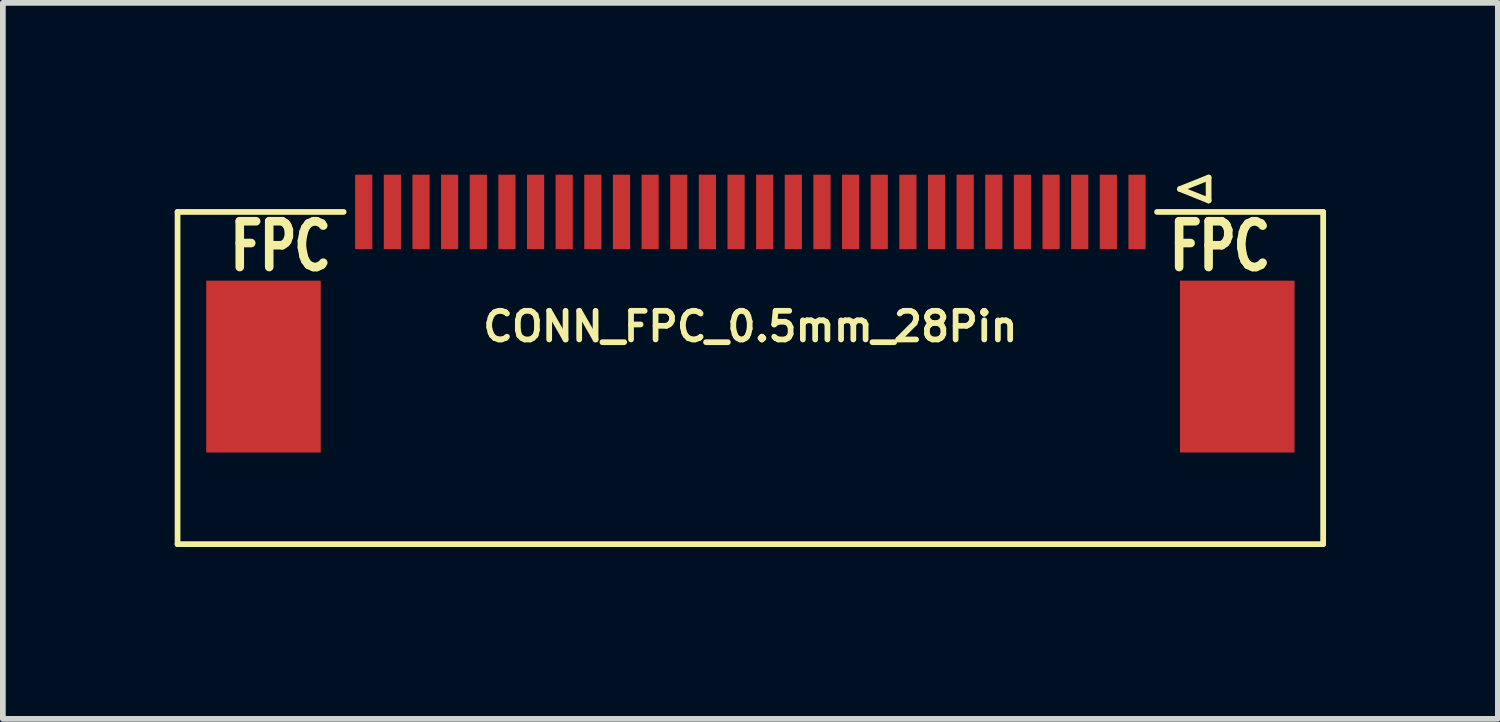
<source format=kicad_pcb>
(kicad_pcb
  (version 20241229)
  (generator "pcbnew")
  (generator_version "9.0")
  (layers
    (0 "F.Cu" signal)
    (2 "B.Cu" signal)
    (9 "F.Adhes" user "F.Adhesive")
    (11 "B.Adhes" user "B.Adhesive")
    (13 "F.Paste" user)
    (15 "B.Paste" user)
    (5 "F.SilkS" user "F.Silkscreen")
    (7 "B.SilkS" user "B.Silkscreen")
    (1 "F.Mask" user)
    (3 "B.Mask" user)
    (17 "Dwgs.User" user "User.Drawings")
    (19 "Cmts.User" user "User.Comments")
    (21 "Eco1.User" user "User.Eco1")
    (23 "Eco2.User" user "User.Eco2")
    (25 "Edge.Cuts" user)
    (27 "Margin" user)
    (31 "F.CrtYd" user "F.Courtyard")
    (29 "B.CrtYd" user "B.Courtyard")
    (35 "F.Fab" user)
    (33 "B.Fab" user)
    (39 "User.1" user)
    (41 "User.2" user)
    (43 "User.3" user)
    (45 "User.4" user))
  (footprint "CONN_FPC_0.5mm_28Pin"
    (layer "F.Cu")
    (at 10.05 0.65)
    (property "Reference" "CONN_FPC_0.5mm_28Pin" (at 0 2 0) (layer "F.SilkS") (effects (font (size 0.5 0.5) (thickness 0.1))))
    (attr through_hole)
    (fp_line (start -10 0) (end -10 5.8) (stroke (width 0.1) (type solid)) (layer "F.SilkS"))
    (fp_line (start -10 0) (end -7.1 0) (stroke (width 0.1) (type solid)) (layer "F.SilkS"))
    (fp_line (start -10 5.8) (end 10 5.8) (stroke (width 0.1) (type solid)) (layer "F.SilkS"))
    (fp_line (start 7.1 0) (end 10 0) (stroke (width 0.1) (type solid)) (layer "F.SilkS"))
    (fp_line (start 7.5 -0.4) (end 8 -0.6) (stroke (width 0.1) (type solid)) (layer "F.SilkS"))
    (fp_line (start 8 -0.6) (end 8 -0.2) (stroke (width 0.1) (type solid)) (layer "F.SilkS"))
    (fp_line (start 8 -0.2) (end 7.5 -0.4) (stroke (width 0.1) (type solid)) (layer "F.SilkS"))
    (fp_line (start 10 0) (end 10 5.8) (stroke (width 0.1) (type solid)) (layer "F.SilkS"))
    (fp_text user "FPC" (at -8.2 0.6 0) (layer "F.SilkS") (effects (font (size 0.8 0.6) (thickness 0.15))))
    (fp_text user "FPC" (at 8.2 0.6 0) (layer "F.SilkS") (effects (font (size 0.8 0.6) (thickness 0.15))))
    (pad "1" smd rect (at 6.75 0) (size 0.3 1.3) (layers "F.Cu" "F.Mask" "F.Paste"))
    (pad "2" smd rect (at 6.25 0) (size 0.3 1.3) (layers "F.Cu" "F.Mask" "F.Paste"))
    (pad "3" smd rect (at 5.75 0) (size 0.3 1.3) (layers "F.Cu" "F.Mask" "F.Paste"))
    (pad "4" smd rect (at 5.25 0) (size 0.3 1.3) (layers "F.Cu" "F.Mask" "F.Paste"))
    (pad "5" smd rect (at 4.75 0) (size 0.3 1.3) (layers "F.Cu" "F.Mask" "F.Paste"))
    (pad "6" smd rect (at 4.25 0) (size 0.3 1.3) (layers "F.Cu" "F.Mask" "F.Paste"))
    (pad "7" smd rect (at 3.75 0) (size 0.3 1.3) (layers "F.Cu" "F.Mask" "F.Paste"))
    (pad "8" smd rect (at 3.25 0) (size 0.3 1.3) (layers "F.Cu" "F.Mask" "F.Paste"))
    (pad "9" smd rect (at 2.75 0) (size 0.3 1.3) (layers "F.Cu" "F.Mask" "F.Paste"))
    (pad "10" smd rect (at 2.25 0) (size 0.3 1.3) (layers "F.Cu" "F.Mask" "F.Paste"))
    (pad "11" smd rect (at 1.75 0) (size 0.3 1.3) (layers "F.Cu" "F.Mask" "F.Paste"))
    (pad "12" smd rect (at 1.25 0) (size 0.3 1.3) (layers "F.Cu" "F.Mask" "F.Paste"))
    (pad "13" smd rect (at 0.75 0) (size 0.3 1.3) (layers "F.Cu" "F.Mask" "F.Paste"))
    (pad "14" smd rect (at 0.25 0) (size 0.3 1.3) (layers "F.Cu" "F.Mask" "F.Paste"))
    (pad "15" smd rect (at -0.25 0) (size 0.3 1.3) (layers "F.Cu" "F.Mask" "F.Paste"))
    (pad "16" smd rect (at -0.75 0) (size 0.3 1.3) (layers "F.Cu" "F.Mask" "F.Paste"))
    (pad "17" smd rect (at -1.25 0) (size 0.3 1.3) (layers "F.Cu" "F.Mask" "F.Paste"))
    (pad "18" smd rect (at -1.75 0) (size 0.3 1.3) (layers "F.Cu" "F.Mask" "F.Paste"))
    (pad "19" smd rect (at -2.25 0) (size 0.3 1.3) (layers "F.Cu" "F.Mask" "F.Paste"))
    (pad "20" smd rect (at -2.75 0) (size 0.3 1.3) (layers "F.Cu" "F.Mask" "F.Paste"))
    (pad "21" smd rect (at -3.25 0) (size 0.3 1.3) (layers "F.Cu" "F.Mask" "F.Paste"))
    (pad "22" smd rect (at -3.75 0) (size 0.3 1.3) (layers "F.Cu" "F.Mask" "F.Paste"))
    (pad "23" smd rect (at -4.25 0) (size 0.3 1.3) (layers "F.Cu" "F.Mask" "F.Paste"))
    (pad "24" smd rect (at -4.75 0) (size 0.3 1.3) (layers "F.Cu" "F.Mask" "F.Paste"))
    (pad "25" smd rect (at -5.25 0) (size 0.3 1.3) (layers "F.Cu" "F.Mask" "F.Paste"))
    (pad "26" smd rect (at -5.75 0) (size 0.3 1.3) (layers "F.Cu" "F.Mask" "F.Paste"))
    (pad "27" smd rect (at -6.25 0) (size 0.3 1.3) (layers "F.Cu" "F.Mask" "F.Paste"))
    (pad "28" smd rect (at -6.75 0) (size 0.3 1.3) (layers "F.Cu" "F.Mask" "F.Paste"))
    (pad "29" smd rect (at -8.5 2.7) (size 2 3) (layers "F.Cu" "F.Mask" "F.Paste"))
    (pad "29" smd rect (at 8.5 2.7) (size 2 3) (layers "F.Cu" "F.Mask" "F.Paste")))
  (gr_rect
    (start -3 -3)
    (end 23.1 9.5)
    (stroke (width 0.1) (type default))
    (fill no)
    (layer "Edge.Cuts")))
</source>
